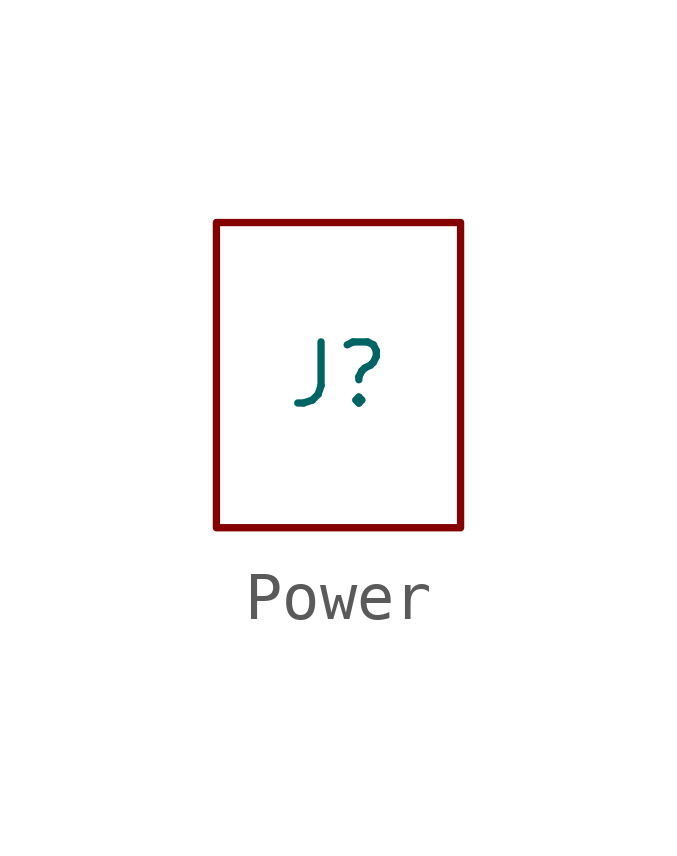
<source format=kicad_sym>
(kicad_symbol_lib
  (version 20220914)
  (generator kicad_symbol_editor)
  (symbol "Power"
    (property "Reference" "J"
      (at 0 0 0)
      (effects (font (size 1.27 1.27))))
    (property "Value" ""
      (at 0 0 0)
      (effects (font (size 1.27 1.27))))
    (symbol "Power_0_1"
      (rectangle (start -2.54 3.175) (end 2.54 -3.175) (stroke (width 0) (type default)) (fill (type none))))))
</source>
